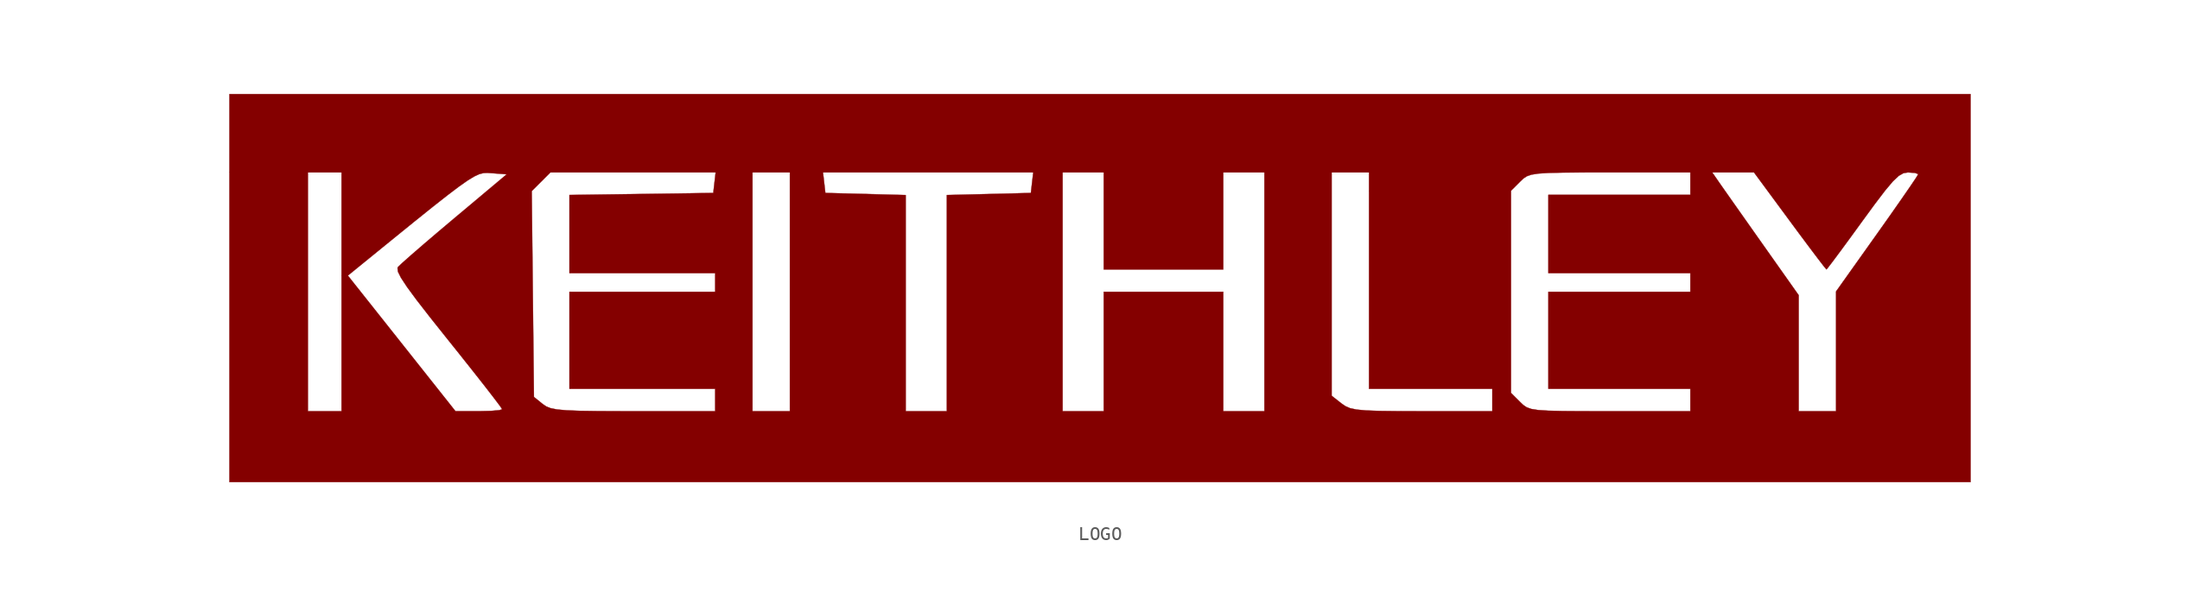
<source format=kicad_sym>
(kicad_symbol_lib
  (version 20210619)
  (generator bitmap2component)
  (symbol "LOGO"
    (pin_names
      (offset 1.016))
    (property "Reference" "#G"
      (at 0 13.686 0)
      (effects (font (size 1.27 1.27)) hide))
    (symbol "LOGO_0_0"
      (polyline (pts (xy 62.96 14.051) (xy -62.959 14.051) (xy -62.959 8.377) (xy -57.285 8.377) (xy -54.853 8.377) (xy -54.853 0.905) (xy -54.393 0.905) (xy -53.705 1.466) (xy -53.286 1.807) (xy -51.247 3.467) (xy -49.577 4.823) (xy -48.232 5.904) (xy -47.169 6.74) (xy -46.345 7.364) (xy -45.718 7.804) (xy -45.244 8.091) (xy -44.88 8.257) (xy -44.583 8.331) (xy -44.311 8.343) (xy -44.019 8.325) (xy -42.904 8.242) (xy -44.352 7.026) (xy -41.097 7.026) (xy -40.421 7.701) (xy -39.746 8.377) (xy -27.796 8.377) (xy -25.13 8.377) (xy -22.428 8.377) (xy -20.032 8.377) (xy -4.828 8.377) (xy -2.702 8.377) (xy 0.27 8.377) (xy 0.27 1.351) (xy 8.917 1.351) (xy 8.917 8.377) (xy 11.889 8.377) (xy 16.753 8.377) (xy 19.455 8.377) (xy 19.455 7.05) (xy 29.723 7.05) (xy 30.387 7.713) (xy 30.396 7.723) (xy 30.625 7.939) (xy 30.869 8.101) (xy 31.205 8.217) (xy 31.707 8.295) (xy 32.449 8.342) (xy 33.508 8.366) (xy 34.957 8.375) (xy 36.872 8.377) (xy 42.694 8.377) (xy 44.278 8.377) (xy 47.297 8.377) (xy 49.885 4.864) (xy 50.476 4.063) (xy 51.278 2.986) (xy 51.926 2.126) (xy 52.364 1.557) (xy 52.538 1.351) (xy 52.617 1.44) (xy 52.965 1.893) (xy 53.538 2.663) (xy 54.283 3.678) (xy 55.144 4.864) (xy 56.02 6.063) (xy 56.779 7.061) (xy 57.342 7.73) (xy 57.766 8.13) (xy 58.11 8.325) (xy 58.431 8.377) (xy 58.943 8.342) (xy 59.177 8.252) (xy 59.176 8.249) (xy 59.012 7.979) (xy 58.584 7.343) (xy 57.941 6.411) (xy 57.132 5.254) (xy 56.204 3.942) (xy 53.232 -0.243) (xy 53.232 -8.917) (xy 50.53 -8.917) (xy 50.53 -0.515) (xy 47.917 3.188) (xy 47.318 4.037) (xy 46.447 5.274) (xy 45.692 6.347) (xy 45.118 7.165) (xy 44.791 7.633) (xy 44.278 8.377) (xy 42.694 8.377) (xy 42.694 6.755) (xy 32.426 6.755) (xy 32.426 1.081) (xy 42.694 1.081) (xy 42.694 -0.27) (xy 32.426 -0.27) (xy 32.426 -7.296) (xy 42.694 -7.296) (xy 42.694 -8.917) (xy 36.789 -8.917) (xy 34.893 -8.916) (xy 33.461 -8.906) (xy 32.416 -8.881) (xy 31.683 -8.833) (xy 31.189 -8.754) (xy 30.858 -8.636) (xy 30.616 -8.472) (xy 30.387 -8.254) (xy 29.723 -7.59) (xy 29.723 7.05) (xy 19.455 7.05) (xy 19.455 -7.296) (xy 28.372 -7.296) (xy 28.372 -8.917) (xy 23.275 -8.917) (xy 21.561 -8.914) (xy 20.204 -8.898) (xy 19.227 -8.862) (xy 18.547 -8.798) (xy 18.082 -8.698) (xy 17.749 -8.553) (xy 17.465 -8.357) (xy 16.753 -7.797) (xy 16.753 8.377) (xy 11.889 8.377) (xy 11.889 -8.917) (xy 8.917 -8.917) (xy 8.917 -0.27) (xy 0.27 -0.27) (xy 0.27 -8.917) (xy -2.702 -8.917) (xy -2.702 8.377) (xy -4.828 8.377) (xy -4.999 6.89) (xy -11.079 6.738) (xy -11.079 -8.917) (xy -14.051 -8.917) (xy -14.051 6.737) (xy -19.861 6.89) (xy -20.032 8.377) (xy -22.428 8.377) (xy -22.428 -8.917) (xy -25.13 -8.917) (xy -25.13 8.377) (xy -27.796 8.377) (xy -27.967 6.89) (xy -38.37 6.744) (xy -38.37 1.081) (xy -27.832 1.081) (xy -27.832 -0.27) (xy -38.37 -0.27) (xy -38.37 -7.296) (xy -27.832 -7.296) (xy -27.832 -8.917) (xy -33.747 -8.917) (xy -34.496 -8.917) (xy -36.275 -8.91) (xy -37.614 -8.891) (xy -38.588 -8.853) (xy -39.269 -8.791) (xy -39.732 -8.699) (xy -40.05 -8.571) (xy -40.299 -8.401) (xy -40.937 -7.885) (xy -41.017 -0.429) (xy -41.097 7.026) (xy -44.352 7.026) (xy -46.679 5.072) (xy -47.799 4.127) (xy -48.91 3.179) (xy -49.823 2.387) (xy -50.466 1.816) (xy -50.766 1.527) (xy -50.803 1.453) (xy -50.771 1.187) (xy -50.551 0.744) (xy -50.112 0.077) (xy -49.422 -0.862) (xy -48.447 -2.119) (xy -47.156 -3.741) (xy -46.491 -4.572) (xy -45.445 -5.89) (xy -44.548 -7.03) (xy -43.85 -7.932) (xy -43.396 -8.534) (xy -43.234 -8.776) (xy -43.437 -8.843) (xy -44.048 -8.896) (xy -44.923 -8.916) (xy -46.612 -8.915) (xy -50.502 -4.005) (xy -54.393 0.905) (xy -54.853 0.905) (xy -54.853 -8.917) (xy -57.285 -8.917) (xy -57.285 8.377) (xy -62.959 8.377) (xy -62.959 -14.051) (xy 62.96 -14.051) (xy 62.96 14.051)) (stroke (width 0.01)) (fill (type outline))))))
</source>
